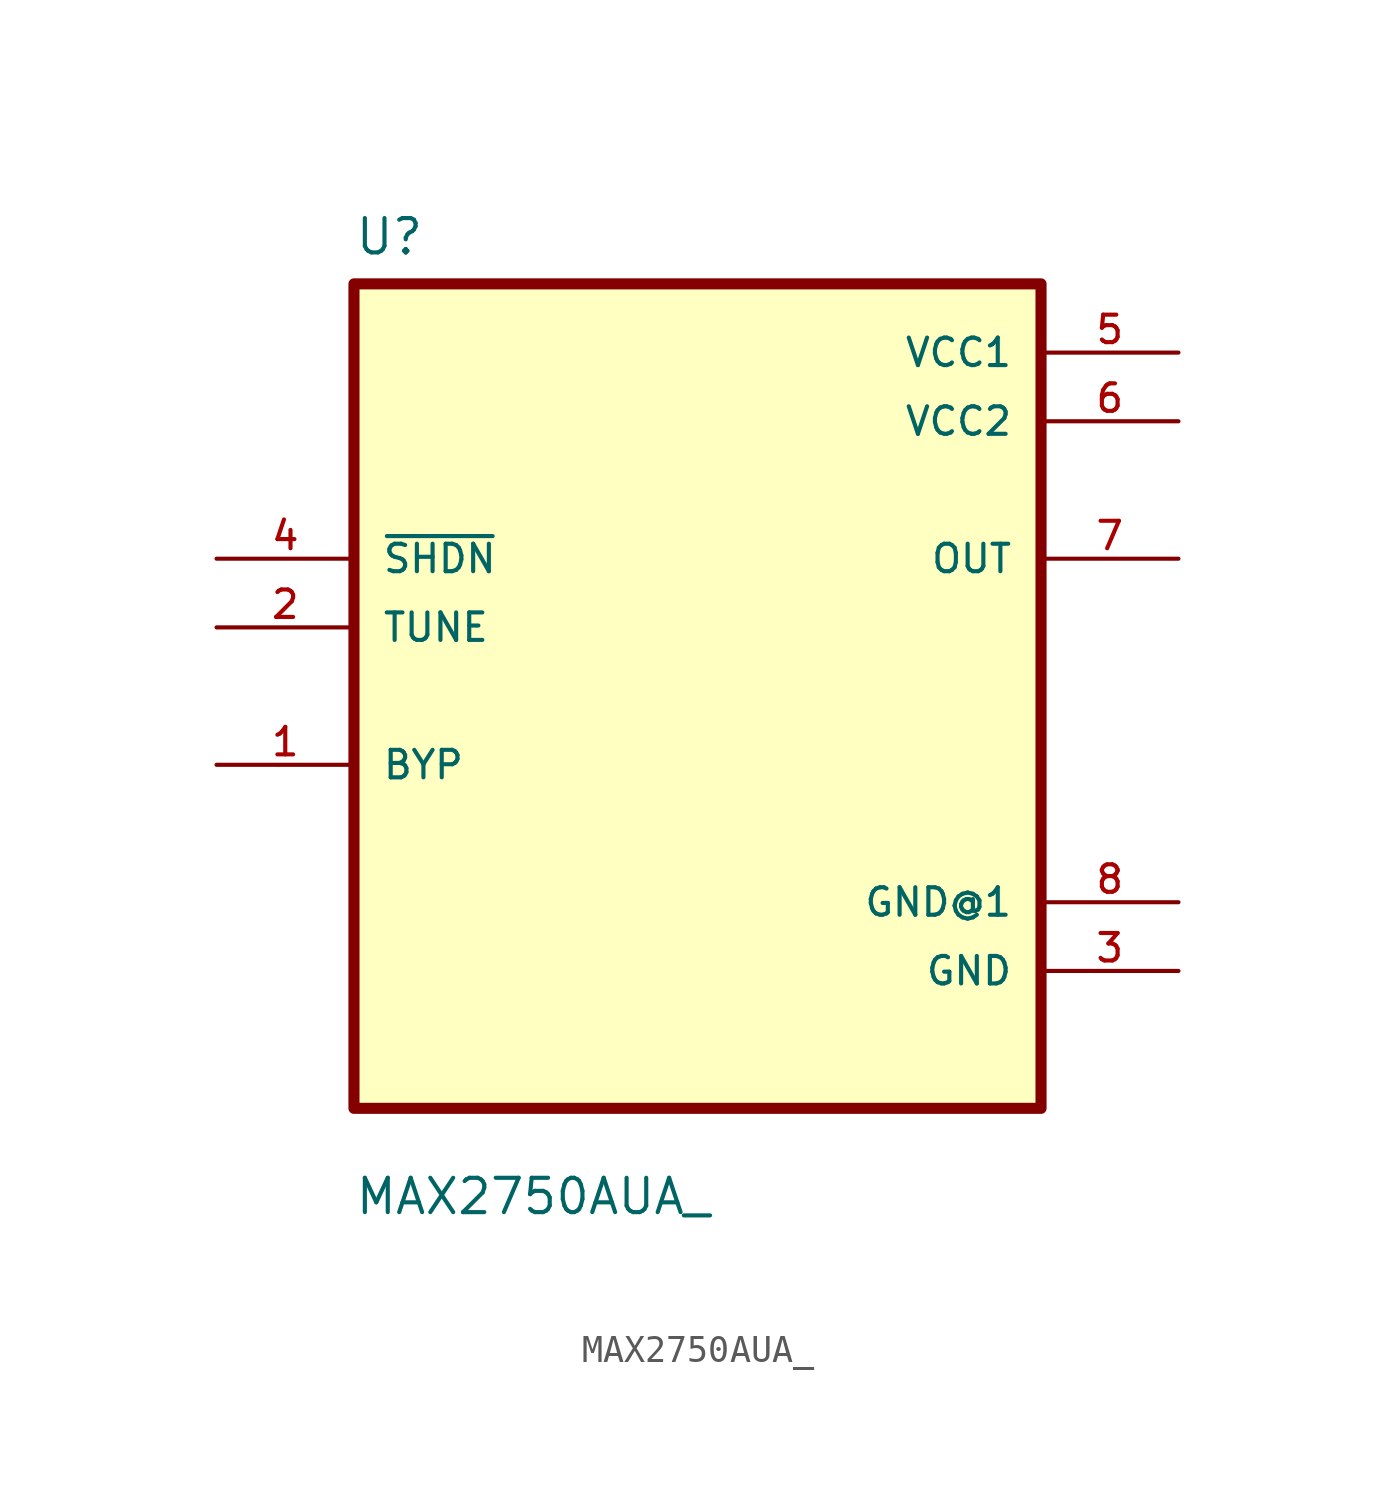
<source format=kicad_sym>
(kicad_symbol_lib
  (version 20211014)
  (generator kicad_symbol_editor)
  (symbol "MAX2750AUA_"
    (pin_names
      (offset 1.016))
    (property "Reference" "U"
      (at -12.7 16.24 0.0)
      (effects (font (size 1.27 1.27)) (justify bottom left)))
    (property "Value" "MAX2750AUA_"
      (at -12.7 -19.24 0.0)
      (effects (font (size 1.27 1.27)) (justify bottom left)))
    (symbol "MAX2750AUA__0_0"
      (rectangle (start -12.7 -15.24) (end 12.7 15.24) (stroke (width 0.41)) (fill (type background)))
      (pin input line (at -17.78 5.08 0) (length 5.08) (name "~{SHDN}" (effects (font (size 1.016 1.016)))) (number "4" (effects (font (size 1.016 1.016)))))
      (pin input line (at -17.78 2.54 0) (length 5.08) (name "TUNE" (effects (font (size 1.016 1.016)))) (number "2" (effects (font (size 1.016 1.016)))))
      (pin bidirectional line (at -17.78 -2.54 0) (length 5.08) (name "BYP" (effects (font (size 1.016 1.016)))) (number "1" (effects (font (size 1.016 1.016)))))
      (pin power_in line (at 17.78 12.7 180.0) (length 5.08) (name "VCC1" (effects (font (size 1.016 1.016)))) (number "5" (effects (font (size 1.016 1.016)))))
      (pin power_in line (at 17.78 10.16 180.0) (length 5.08) (name "VCC2" (effects (font (size 1.016 1.016)))) (number "6" (effects (font (size 1.016 1.016)))))
      (pin output line (at 17.78 5.08 180.0) (length 5.08) (name "OUT" (effects (font (size 1.016 1.016)))) (number "7" (effects (font (size 1.016 1.016)))))
      (pin power_in line (at 17.78 -7.62 180.0) (length 5.08) (name "GND@1" (effects (font (size 1.016 1.016)))) (number "8" (effects (font (size 1.016 1.016)))))
      (pin power_in line (at 17.78 -10.16 180.0) (length 5.08) (name "GND" (effects (font (size 1.016 1.016)))) (number "3" (effects (font (size 1.016 1.016))))))))
</source>
